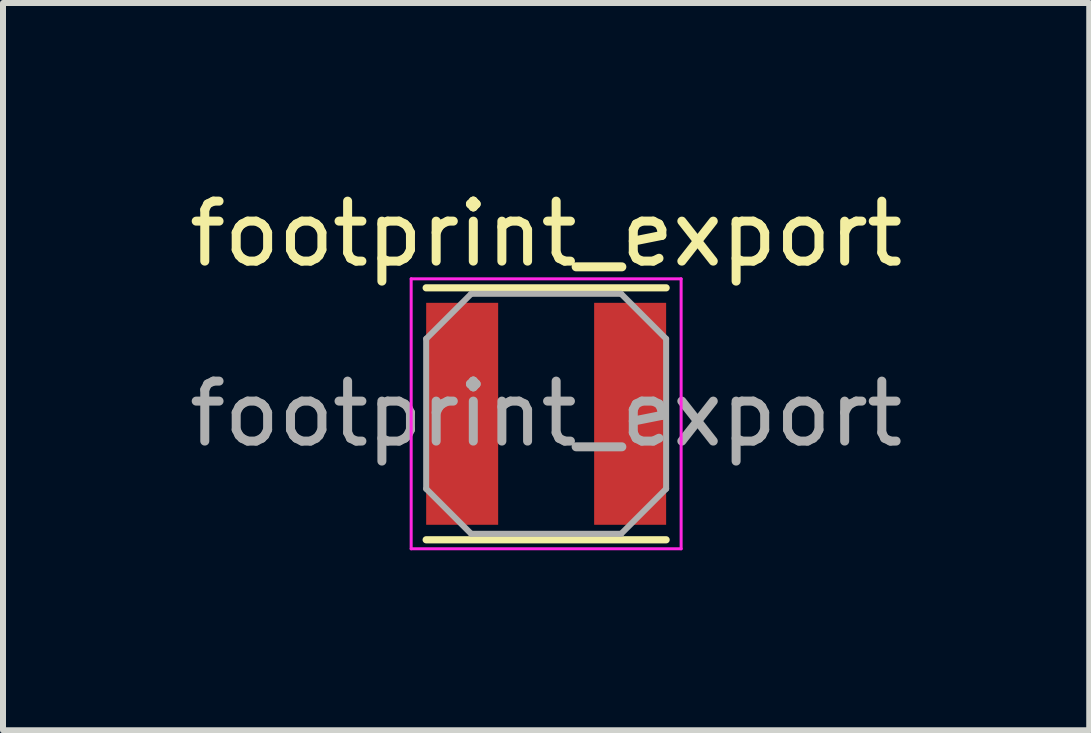
<source format=kicad_pcb>
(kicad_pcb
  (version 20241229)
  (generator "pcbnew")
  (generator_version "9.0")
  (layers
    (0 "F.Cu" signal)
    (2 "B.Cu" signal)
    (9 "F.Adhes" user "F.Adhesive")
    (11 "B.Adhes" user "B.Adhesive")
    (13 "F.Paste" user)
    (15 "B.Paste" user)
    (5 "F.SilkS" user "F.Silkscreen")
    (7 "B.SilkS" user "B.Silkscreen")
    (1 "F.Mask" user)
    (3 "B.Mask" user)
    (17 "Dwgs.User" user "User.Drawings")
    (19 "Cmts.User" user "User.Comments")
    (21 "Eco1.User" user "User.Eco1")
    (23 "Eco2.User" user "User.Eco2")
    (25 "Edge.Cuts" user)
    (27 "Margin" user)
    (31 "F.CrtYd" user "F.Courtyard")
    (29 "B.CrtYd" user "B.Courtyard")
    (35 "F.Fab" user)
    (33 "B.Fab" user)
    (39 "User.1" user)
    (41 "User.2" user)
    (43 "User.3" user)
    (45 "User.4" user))
  (footprint "footprint_export"
    (layer "F.Cu")
    (at 6.054 3.848)
    (property "Reference" "footprint_export" (at 0 -3 0) (layer "F.SilkS") (effects (font (size 1 1) (thickness 0.15))))
    (attr smd)
    (fp_line (start -2 -2.1) (end 2 -2.1) (stroke (width 0.12) (type solid)) (layer "F.SilkS"))
    (fp_line (start -2 2.1) (end 2 2.1) (stroke (width 0.12) (type solid)) (layer "F.SilkS"))
    (fp_line (start -2.25 -2.25) (end -2.25 2.25) (stroke (width 0.05) (type solid)) (layer "F.CrtYd"))
    (fp_line (start -2.25 2.25) (end 2.25 2.25) (stroke (width 0.05) (type solid)) (layer "F.CrtYd"))
    (fp_line (start 2.25 -2.25) (end -2.25 -2.25) (stroke (width 0.05) (type solid)) (layer "F.CrtYd"))
    (fp_line (start 2.25 2.25) (end 2.25 -2.25) (stroke (width 0.05) (type solid)) (layer "F.CrtYd"))
    (fp_line (start -2 -1.25) (end -1.25 -2) (stroke (width 0.1) (type solid)) (layer "F.Fab"))
    (fp_line (start -2 1.25) (end -2 -1.25) (stroke (width 0.1) (type solid)) (layer "F.Fab"))
    (fp_line (start -2 1.25) (end -1.25 2) (stroke (width 0.1) (type solid)) (layer "F.Fab"))
    (fp_line (start -1.25 -2) (end 1.25 -2) (stroke (width 0.1) (type solid)) (layer "F.Fab"))
    (fp_line (start -1.25 2) (end 1.25 2) (stroke (width 0.1) (type solid)) (layer "F.Fab"))
    (fp_line (start 2 -1.25) (end 1.25 -2) (stroke (width 0.1) (type solid)) (layer "F.Fab"))
    (fp_line (start 2 -1.25) (end 2 1.25) (stroke (width 0.1) (type solid)) (layer "F.Fab"))
    (fp_line (start 2 1.25) (end 1.25 2) (stroke (width 0.1) (type solid)) (layer "F.Fab"))
    (fp_text user "${REFERENCE}" (at 0 0 0) (layer "F.Fab") (effects (font (size 1 1) (thickness 0.15))))
    (pad "1" smd rect (at -1.4 0) (size 1.2 3.7) (layers "F.Cu" "F.Mask" "F.Paste"))
    (pad "2" smd rect (at 1.4 0) (size 1.2 3.7) (layers "F.Cu" "F.Mask" "F.Paste")))
  (gr_rect
    (start -3 -3)
    (end 15.107 9.123)
    (stroke (width 0.1) (type default))
    (fill no)
    (layer "Edge.Cuts")))
</source>
